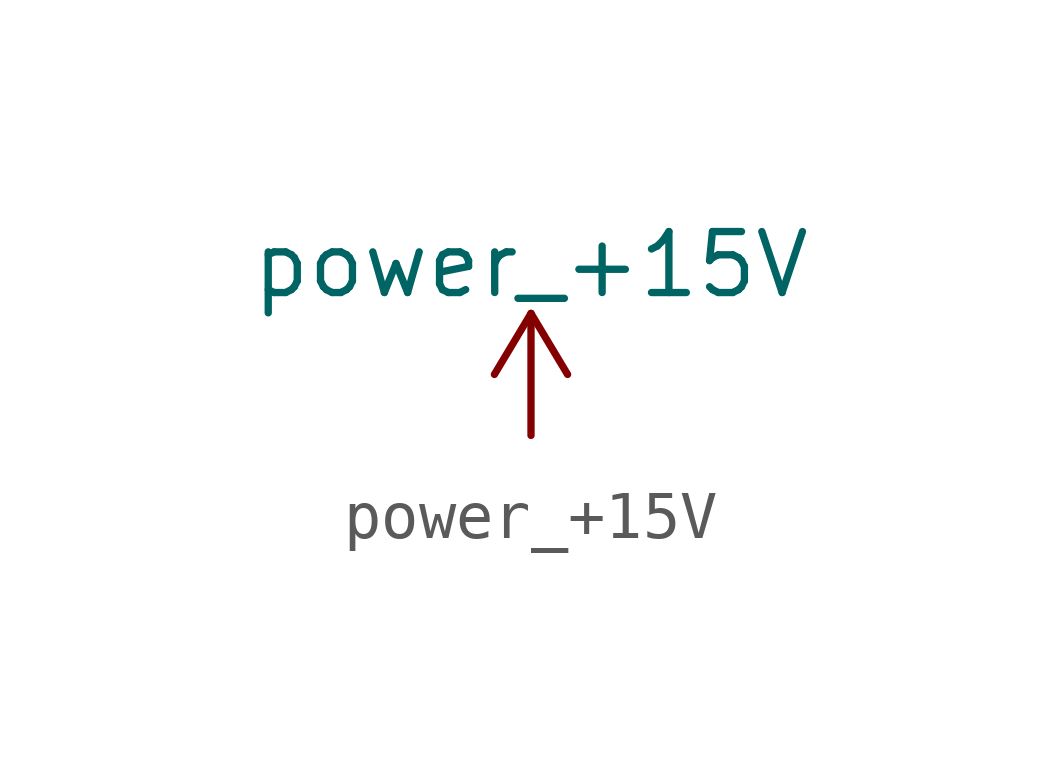
<source format=kicad_sym>
(kicad_symbol_lib
  (version 20220914)
  (generator kicad_symbol_editor)
  (symbol "power_+15V"
    (power)
    (pin_names
      (offset 0))
    (property "Reference" "#PWR"
      (at 0 -3.81 0)
      (effects (font (size 1.27 1.27)) hide))
    (property "Value" "power_+15V"
      (at 0 3.556 0)
      (effects (font (size 1.27 1.27))))
    (symbol "power_+15V_0_1"
      (polyline (pts (xy -0.762 1.27) (xy 0 2.54)) (stroke (width 0) (type solid)) (fill (type none)))
      (polyline (pts (xy 0 0) (xy 0 2.54)) (stroke (width 0) (type solid)) (fill (type none)))
      (polyline (pts (xy 0 2.54) (xy 0.762 1.27)) (stroke (width 0) (type solid)) (fill (type none))))
    (symbol "power_+15V_1_1"
      (pin power_in line (at 0 0 90) (length 0) hide (name "+15V" (effects (font (size 1.27 1.27)))) (number "1" (effects (font (size 1.27 1.27))))))))
</source>
